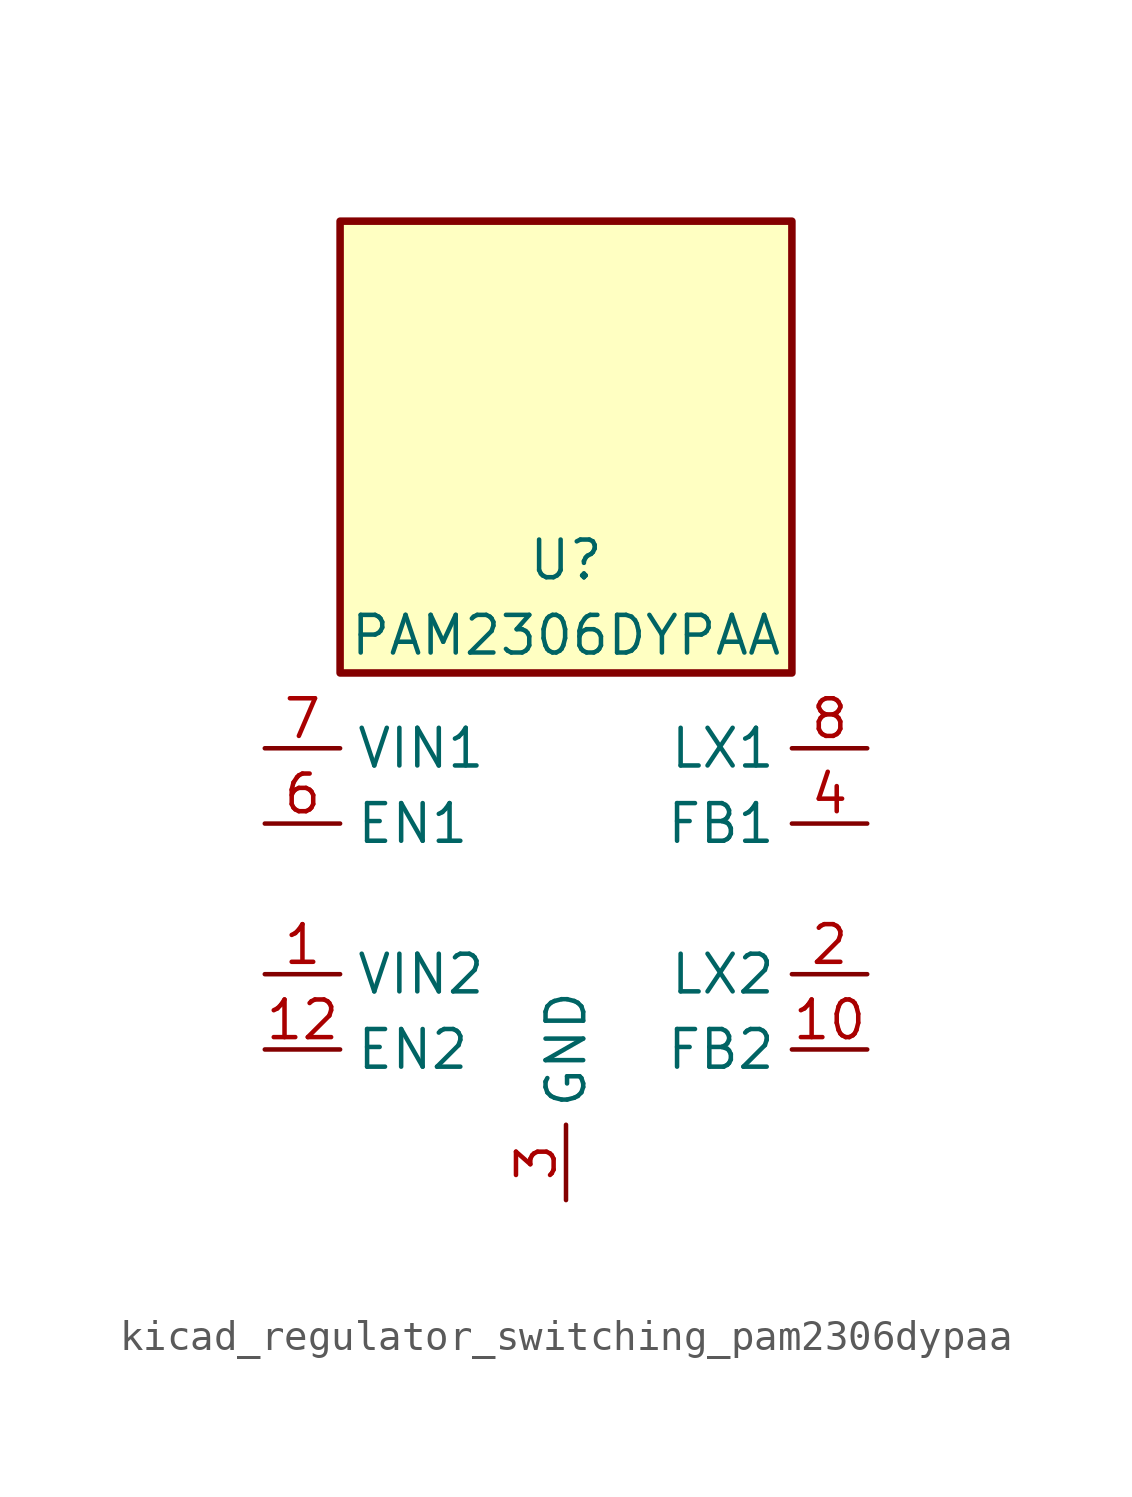
<source format=kicad_sym>
(kicad_symbol_lib
  (version 20220914)
  (generator kicad_symbol_editor)
  (symbol "kicad_regulator_switching_pam2306dypaa"
    (property "Reference" "U"
      (at 0 11.43 0)
      (effects (font (size 1.27 1.27))))
    (property "Value" "PAM2306DYPAA"
      (at 0 8.89 0)
      (effects (font (size 1.27 1.27))))
    (symbol "kicad_regulator_switching_pam2306dypaa_0_1"
      (rectangle (start 7.62 22.86) (end -7.62 7.62) (stroke (width 0.254) (type default)) (fill (type background))))
    (symbol "kicad_regulator_switching_pam2306dypaa_1_1"
      (pin power_in line (at -10.16 -2.54 0) (length 2.54) (name "VIN2" (effects (font (size 1.27 1.27)))) (number "1" (effects (font (size 1.27 1.27)))))
      (pin input line (at 10.16 -5.08 180) (length 2.54) (name "FB2" (effects (font (size 1.27 1.27)))) (number "10" (effects (font (size 1.27 1.27)))))
      (pin no_connect line (at 7.62 0 180) (length 2.54) hide (name "NC2" (effects (font (size 1.27 1.27)))) (number "11" (effects (font (size 1.27 1.27)))))
      (pin input line (at -10.16 -5.08 0) (length 2.54) (name "EN2" (effects (font (size 1.27 1.27)))) (number "12" (effects (font (size 1.27 1.27)))))
      (pin passive line (at 0 -10.16 90) (length 2.54) hide (name "GND" (effects (font (size 1.27 1.27)))) (number "13" (effects (font (size 1.27 1.27)))))
      (pin output line (at 10.16 -2.54 180) (length 2.54) (name "LX2" (effects (font (size 1.27 1.27)))) (number "2" (effects (font (size 1.27 1.27)))))
      (pin power_in line (at 0 -10.16 90) (length 2.54) (name "GND" (effects (font (size 1.27 1.27)))) (number "3" (effects (font (size 1.27 1.27)))))
      (pin input line (at 10.16 2.54 180) (length 2.54) (name "FB1" (effects (font (size 1.27 1.27)))) (number "4" (effects (font (size 1.27 1.27)))))
      (pin no_connect line (at -7.62 0 0) (length 2.54) hide (name "NC1" (effects (font (size 1.27 1.27)))) (number "5" (effects (font (size 1.27 1.27)))))
      (pin input line (at -10.16 2.54 0) (length 2.54) (name "EN1" (effects (font (size 1.27 1.27)))) (number "6" (effects (font (size 1.27 1.27)))))
      (pin power_in line (at -10.16 5.08 0) (length 2.54) (name "VIN1" (effects (font (size 1.27 1.27)))) (number "7" (effects (font (size 1.27 1.27)))))
      (pin output line (at 10.16 5.08 180) (length 2.54) (name "LX1" (effects (font (size 1.27 1.27)))) (number "8" (effects (font (size 1.27 1.27)))))
      (pin passive line (at 0 -10.16 90) (length 2.54) hide (name "GND" (effects (font (size 1.27 1.27)))) (number "9" (effects (font (size 1.27 1.27))))))))
</source>
